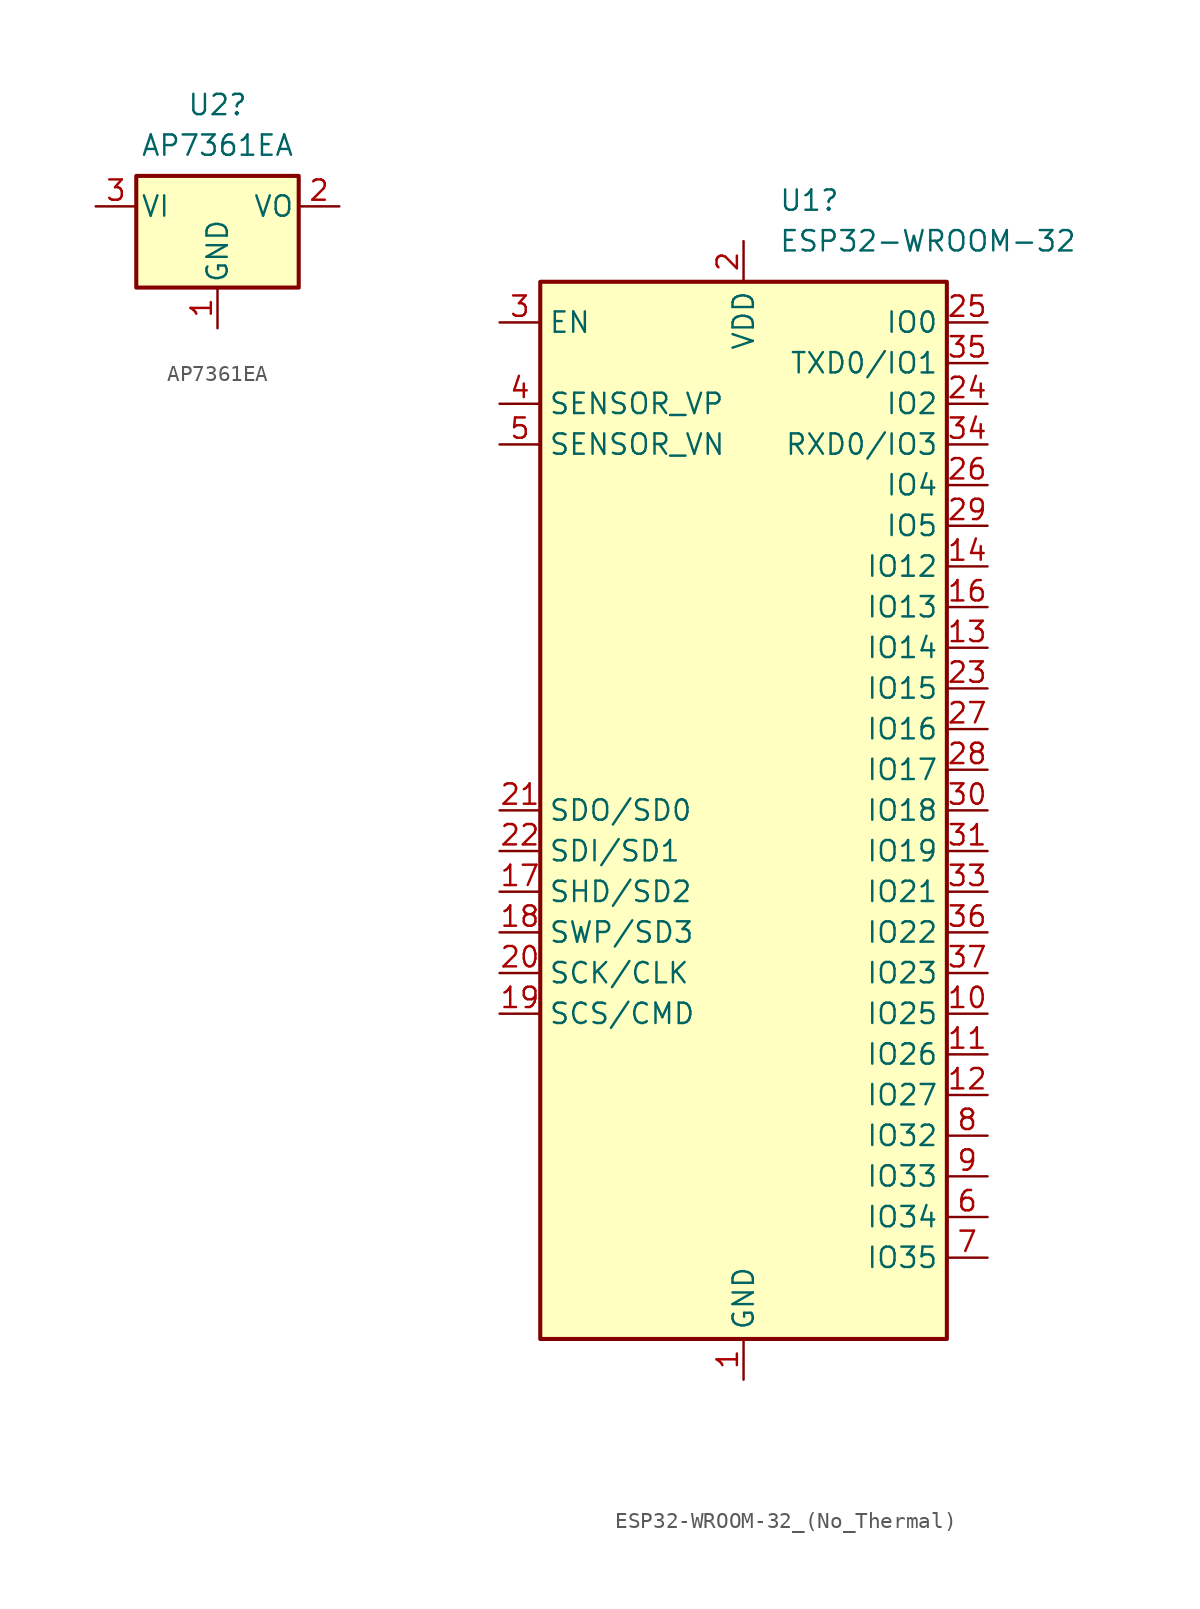
<source format=kicad_sym>
(kicad_symbol_lib
  (version 20220914)
  (generator kicad_symbol_editor)
  (symbol "AP7361EA"
    (pin_names
      (offset 0.254))
    (property "Reference" "U2"
      (at 0 6.35 0)
      (effects (font (size 1.27 1.27))))
    (property "Value" "AP7361EA"
      (at 0 3.81 0)
      (effects (font (size 1.27 1.27))))
    (symbol "AP7361EA_0_1"
      (rectangle (start -5.08 -5.08) (end 5.08 1.905) (stroke (width 0.254) (type default)) (fill (type background))))
    (symbol "AP7361EA_1_1"
      (pin power_in line (at 0 -7.62 90) (length 2.54) (name "GND" (effects (font (size 1.27 1.27)))) (number "1" (effects (font (size 1.27 1.27)))))
      (pin power_out line (at 7.62 0 180) (length 2.54) (name "VO" (effects (font (size 1.27 1.27)))) (number "2" (effects (font (size 1.27 1.27)))))
      (pin power_in line (at -7.62 0 0) (length 2.54) (name "VI" (effects (font (size 1.27 1.27)))) (number "3" (effects (font (size 1.27 1.27)))))))
  (symbol "ESP32-WROOM-32_(No_Thermal)"
    (property "Reference" "U1"
      (at 2.194 38.1 0)
      (effects (font (size 1.27 1.27)) (justify left)))
    (property "Value" "ESP32-WROOM-32"
      (at 2.194 35.56 0)
      (effects (font (size 1.27 1.27)) (justify left)))
    (symbol "ESP32-WROOM-32_(No_Thermal)_0_1"
      (rectangle (start -12.7 33.02) (end 12.7 -33.02) (stroke (width 0.254) (type default)) (fill (type background))))
    (symbol "ESP32-WROOM-32_(No_Thermal)_1_1"
      (pin power_in line (at 0 -35.56 90) (length 2.54) (name "GND" (effects (font (size 1.27 1.27)))) (number "1" (effects (font (size 1.27 1.27)))))
      (pin bidirectional line (at 15.24 -12.7 180) (length 2.54) (name "IO25" (effects (font (size 1.27 1.27)))) (number "10" (effects (font (size 1.27 1.27)))))
      (pin bidirectional line (at 15.24 -15.24 180) (length 2.54) (name "IO26" (effects (font (size 1.27 1.27)))) (number "11" (effects (font (size 1.27 1.27)))))
      (pin bidirectional line (at 15.24 -17.78 180) (length 2.54) (name "IO27" (effects (font (size 1.27 1.27)))) (number "12" (effects (font (size 1.27 1.27)))))
      (pin bidirectional line (at 15.24 10.16 180) (length 2.54) (name "IO14" (effects (font (size 1.27 1.27)))) (number "13" (effects (font (size 1.27 1.27)))))
      (pin bidirectional line (at 15.24 15.24 180) (length 2.54) (name "IO12" (effects (font (size 1.27 1.27)))) (number "14" (effects (font (size 1.27 1.27)))))
      (pin passive line (at 0 -35.56 90) (length 2.54) hide (name "GND" (effects (font (size 1.27 1.27)))) (number "15" (effects (font (size 1.27 1.27)))))
      (pin bidirectional line (at 15.24 12.7 180) (length 2.54) (name "IO13" (effects (font (size 1.27 1.27)))) (number "16" (effects (font (size 1.27 1.27)))))
      (pin bidirectional line (at -15.24 -5.08 0) (length 2.54) (name "SHD/SD2" (effects (font (size 1.27 1.27)))) (number "17" (effects (font (size 1.27 1.27)))))
      (pin bidirectional line (at -15.24 -7.62 0) (length 2.54) (name "SWP/SD3" (effects (font (size 1.27 1.27)))) (number "18" (effects (font (size 1.27 1.27)))))
      (pin bidirectional line (at -15.24 -12.7 0) (length 2.54) (name "SCS/CMD" (effects (font (size 1.27 1.27)))) (number "19" (effects (font (size 1.27 1.27)))))
      (pin power_in line (at 0 35.56 270) (length 2.54) (name "VDD" (effects (font (size 1.27 1.27)))) (number "2" (effects (font (size 1.27 1.27)))))
      (pin bidirectional line (at -15.24 -10.16 0) (length 2.54) (name "SCK/CLK" (effects (font (size 1.27 1.27)))) (number "20" (effects (font (size 1.27 1.27)))))
      (pin bidirectional line (at -15.24 0 0) (length 2.54) (name "SDO/SD0" (effects (font (size 1.27 1.27)))) (number "21" (effects (font (size 1.27 1.27)))))
      (pin bidirectional line (at -15.24 -2.54 0) (length 2.54) (name "SDI/SD1" (effects (font (size 1.27 1.27)))) (number "22" (effects (font (size 1.27 1.27)))))
      (pin bidirectional line (at 15.24 7.62 180) (length 2.54) (name "IO15" (effects (font (size 1.27 1.27)))) (number "23" (effects (font (size 1.27 1.27)))))
      (pin bidirectional line (at 15.24 25.4 180) (length 2.54) (name "IO2" (effects (font (size 1.27 1.27)))) (number "24" (effects (font (size 1.27 1.27)))))
      (pin bidirectional line (at 15.24 30.48 180) (length 2.54) (name "IO0" (effects (font (size 1.27 1.27)))) (number "25" (effects (font (size 1.27 1.27)))))
      (pin bidirectional line (at 15.24 20.32 180) (length 2.54) (name "IO4" (effects (font (size 1.27 1.27)))) (number "26" (effects (font (size 1.27 1.27)))))
      (pin bidirectional line (at 15.24 5.08 180) (length 2.54) (name "IO16" (effects (font (size 1.27 1.27)))) (number "27" (effects (font (size 1.27 1.27)))))
      (pin bidirectional line (at 15.24 2.54 180) (length 2.54) (name "IO17" (effects (font (size 1.27 1.27)))) (number "28" (effects (font (size 1.27 1.27)))))
      (pin bidirectional line (at 15.24 17.78 180) (length 2.54) (name "IO5" (effects (font (size 1.27 1.27)))) (number "29" (effects (font (size 1.27 1.27)))))
      (pin input line (at -15.24 30.48 0) (length 2.54) (name "EN" (effects (font (size 1.27 1.27)))) (number "3" (effects (font (size 1.27 1.27)))))
      (pin bidirectional line (at 15.24 0 180) (length 2.54) (name "IO18" (effects (font (size 1.27 1.27)))) (number "30" (effects (font (size 1.27 1.27)))))
      (pin bidirectional line (at 15.24 -2.54 180) (length 2.54) (name "IO19" (effects (font (size 1.27 1.27)))) (number "31" (effects (font (size 1.27 1.27)))))
      (pin no_connect line (at -12.7 -27.94 0) (length 2.54) hide (name "NC" (effects (font (size 1.27 1.27)))) (number "32" (effects (font (size 1.27 1.27)))))
      (pin bidirectional line (at 15.24 -5.08 180) (length 2.54) (name "IO21" (effects (font (size 1.27 1.27)))) (number "33" (effects (font (size 1.27 1.27)))))
      (pin bidirectional line (at 15.24 22.86 180) (length 2.54) (name "RXD0/IO3" (effects (font (size 1.27 1.27)))) (number "34" (effects (font (size 1.27 1.27)))))
      (pin bidirectional line (at 15.24 27.94 180) (length 2.54) (name "TXD0/IO1" (effects (font (size 1.27 1.27)))) (number "35" (effects (font (size 1.27 1.27)))))
      (pin bidirectional line (at 15.24 -7.62 180) (length 2.54) (name "IO22" (effects (font (size 1.27 1.27)))) (number "36" (effects (font (size 1.27 1.27)))))
      (pin bidirectional line (at 15.24 -10.16 180) (length 2.54) (name "IO23" (effects (font (size 1.27 1.27)))) (number "37" (effects (font (size 1.27 1.27)))))
      (pin passive line (at 0 -35.56 90) (length 2.54) hide (name "GND" (effects (font (size 1.27 1.27)))) (number "38" (effects (font (size 1.27 1.27)))))
      (pin input line (at -15.24 25.4 0) (length 2.54) (name "SENSOR_VP" (effects (font (size 1.27 1.27)))) (number "4" (effects (font (size 1.27 1.27)))))
      (pin input line (at -15.24 22.86 0) (length 2.54) (name "SENSOR_VN" (effects (font (size 1.27 1.27)))) (number "5" (effects (font (size 1.27 1.27)))))
      (pin input line (at 15.24 -25.4 180) (length 2.54) (name "IO34" (effects (font (size 1.27 1.27)))) (number "6" (effects (font (size 1.27 1.27)))))
      (pin input line (at 15.24 -27.94 180) (length 2.54) (name "IO35" (effects (font (size 1.27 1.27)))) (number "7" (effects (font (size 1.27 1.27)))))
      (pin bidirectional line (at 15.24 -20.32 180) (length 2.54) (name "IO32" (effects (font (size 1.27 1.27)))) (number "8" (effects (font (size 1.27 1.27)))))
      (pin bidirectional line (at 15.24 -22.86 180) (length 2.54) (name "IO33" (effects (font (size 1.27 1.27)))) (number "9" (effects (font (size 1.27 1.27))))))))
</source>
